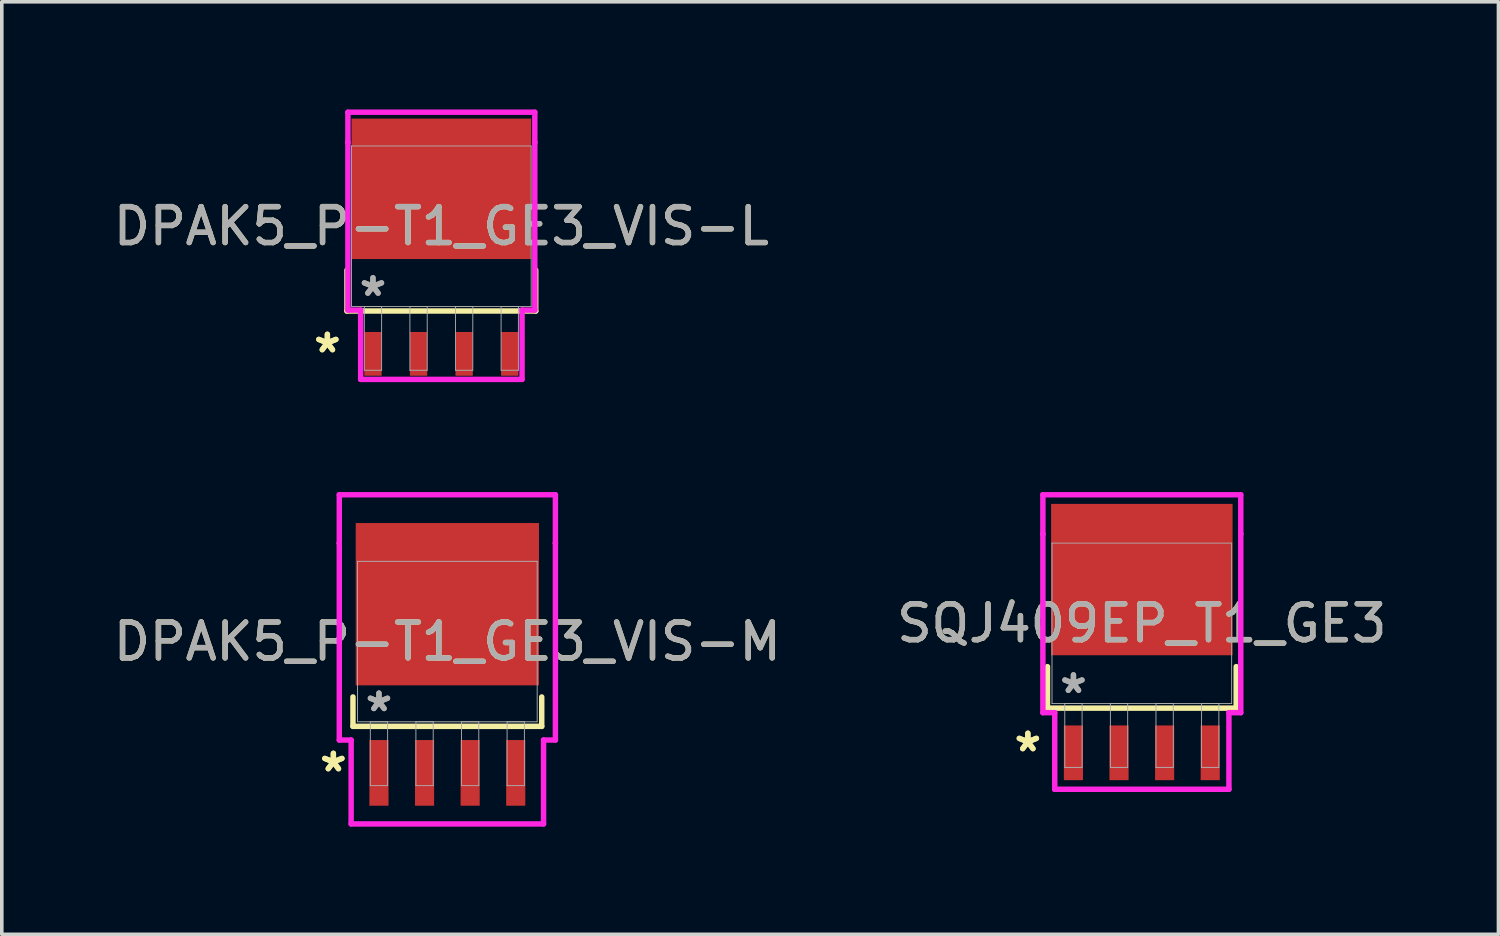
<source format=kicad_pcb>
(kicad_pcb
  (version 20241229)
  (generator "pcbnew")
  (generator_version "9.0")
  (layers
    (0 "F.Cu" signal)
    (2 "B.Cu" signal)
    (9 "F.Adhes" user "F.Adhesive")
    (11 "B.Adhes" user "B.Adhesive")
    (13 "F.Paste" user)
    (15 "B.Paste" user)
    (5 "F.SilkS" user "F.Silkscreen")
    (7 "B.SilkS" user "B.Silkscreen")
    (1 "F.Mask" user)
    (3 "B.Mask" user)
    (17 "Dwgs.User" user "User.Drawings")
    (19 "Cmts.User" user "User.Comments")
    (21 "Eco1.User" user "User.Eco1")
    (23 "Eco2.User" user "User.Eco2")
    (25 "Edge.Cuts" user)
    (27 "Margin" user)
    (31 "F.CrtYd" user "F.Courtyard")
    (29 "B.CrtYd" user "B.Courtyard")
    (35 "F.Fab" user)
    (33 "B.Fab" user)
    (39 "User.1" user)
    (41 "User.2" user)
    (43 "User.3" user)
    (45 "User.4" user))
  (footprint "DPAK5_P-T1_GE3_VIS-L"
    (layer "F.Cu")
    (at 9.244 3.251)
    (property "Reference" "DPAK5_P-T1_GE3_VIS-L" (at 0 0 0) (unlocked yes) (layer "F.SilkS") (effects (font (size 1 1) (thickness 0.15))))
    (attr smd)
    (fp_line (start -2.629 1.222) (end -2.629 2.362) (stroke (width 0.152) (type solid)) (layer "F.SilkS"))
    (fp_line (start -2.629 2.362) (end 2.629 2.362) (stroke (width 0.152) (type solid)) (layer "F.SilkS"))
    (fp_line (start 2.629 2.362) (end 2.629 1.222) (stroke (width 0.152) (type solid)) (layer "F.SilkS"))
    (fp_line (start -2.603 -3.175) (end 2.603 -3.175) (stroke (width 0.152) (type solid)) (layer "F.CrtYd"))
    (fp_line (start -2.603 -2.337) (end -2.603 -3.175) (stroke (width 0.152) (type solid)) (layer "F.CrtYd"))
    (fp_line (start -2.603 -2.337) (end -2.603 -2.337) (stroke (width 0.152) (type solid)) (layer "F.CrtYd"))
    (fp_line (start -2.603 2.337) (end -2.603 -2.337) (stroke (width 0.152) (type solid)) (layer "F.CrtYd"))
    (fp_line (start -2.248 2.337) (end -2.603 2.337) (stroke (width 0.152) (type solid)) (layer "F.CrtYd"))
    (fp_line (start -2.248 4.267) (end -2.248 2.337) (stroke (width 0.152) (type solid)) (layer "F.CrtYd"))
    (fp_line (start 2.248 2.337) (end 2.248 4.267) (stroke (width 0.152) (type solid)) (layer "F.CrtYd"))
    (fp_line (start 2.248 4.267) (end -2.248 4.267) (stroke (width 0.152) (type solid)) (layer "F.CrtYd"))
    (fp_line (start 2.603 -3.175) (end 2.603 -2.337) (stroke (width 0.152) (type solid)) (layer "F.CrtYd"))
    (fp_line (start 2.603 -2.337) (end 2.603 -2.337) (stroke (width 0.152) (type solid)) (layer "F.CrtYd"))
    (fp_line (start 2.603 -2.337) (end 2.603 2.337) (stroke (width 0.152) (type solid)) (layer "F.CrtYd"))
    (fp_line (start 2.603 2.337) (end 2.248 2.337) (stroke (width 0.152) (type solid)) (layer "F.CrtYd"))
    (fp_line (start -2.502 -2.235) (end -2.502 2.235) (stroke (width 0.025) (type solid)) (layer "F.Fab"))
    (fp_line (start -2.502 2.235) (end 2.502 2.235) (stroke (width 0.025) (type solid)) (layer "F.Fab"))
    (fp_line (start -2.146 2.235) (end -2.146 4.013) (stroke (width 0.025) (type solid)) (layer "F.Fab"))
    (fp_line (start -2.146 4.013) (end -1.664 4.013) (stroke (width 0.025) (type solid)) (layer "F.Fab"))
    (fp_line (start -1.664 2.235) (end -2.146 2.235) (stroke (width 0.025) (type solid)) (layer "F.Fab"))
    (fp_line (start -1.664 4.013) (end -1.664 2.235) (stroke (width 0.025) (type solid)) (layer "F.Fab"))
    (fp_line (start -0.876 2.235) (end -0.876 4.013) (stroke (width 0.025) (type solid)) (layer "F.Fab"))
    (fp_line (start -0.876 4.013) (end -0.394 4.013) (stroke (width 0.025) (type solid)) (layer "F.Fab"))
    (fp_line (start -0.394 2.235) (end -0.876 2.235) (stroke (width 0.025) (type solid)) (layer "F.Fab"))
    (fp_line (start -0.394 4.013) (end -0.394 2.235) (stroke (width 0.025) (type solid)) (layer "F.Fab"))
    (fp_line (start 0.394 2.235) (end 0.394 4.013) (stroke (width 0.025) (type solid)) (layer "F.Fab"))
    (fp_line (start 0.394 4.013) (end 0.876 4.013) (stroke (width 0.025) (type solid)) (layer "F.Fab"))
    (fp_line (start 0.876 2.235) (end 0.394 2.235) (stroke (width 0.025) (type solid)) (layer "F.Fab"))
    (fp_line (start 0.876 4.013) (end 0.876 2.235) (stroke (width 0.025) (type solid)) (layer "F.Fab"))
    (fp_line (start 1.664 2.235) (end 1.664 4.013) (stroke (width 0.025) (type solid)) (layer "F.Fab"))
    (fp_line (start 1.664 4.013) (end 2.146 4.013) (stroke (width 0.025) (type solid)) (layer "F.Fab"))
    (fp_line (start 2.146 2.235) (end 1.664 2.235) (stroke (width 0.025) (type solid)) (layer "F.Fab"))
    (fp_line (start 2.146 4.013) (end 2.146 2.235) (stroke (width 0.025) (type solid)) (layer "F.Fab"))
    (fp_line (start 2.502 -2.235) (end -2.502 -2.235) (stroke (width 0.025) (type solid)) (layer "F.Fab"))
    (fp_line (start 2.502 2.235) (end 2.502 -2.235) (stroke (width 0.025) (type solid)) (layer "F.Fab"))
    (fp_text user "*" (at -3.175 3.556 0) (layer "F.SilkS") (effects (font (size 1 1) (thickness 0.15))))
    (fp_text user "*" (at -3.175 3.556 0) (unlocked yes) (layer "F.SilkS") (effects (font (size 1 1) (thickness 0.15))))
    (fp_text user "*" (at -1.905 1.981 0) (unlocked yes) (layer "F.Fab") (effects (font (size 1 1) (thickness 0.15))))
    (fp_text user "${REFERENCE}" (at 0 0 0) (unlocked yes) (layer "F.Fab") (effects (font (size 1 1) (thickness 0.15))))
    (fp_text user "*" (at -1.905 1.981 0) (layer "F.Fab") (effects (font (size 1 1) (thickness 0.15))))
    (pad "1" smd rect (at -1.905 3.556) (size 0.483 1.219) (layers "F.Cu" "F.Mask" "F.Paste"))
    (pad "2" smd rect (at -0.635 3.556) (size 0.483 1.219) (layers "F.Cu" "F.Mask" "F.Paste"))
    (pad "3" smd rect (at 0.635 3.556) (size 0.483 1.219) (layers "F.Cu" "F.Mask" "F.Paste"))
    (pad "4" smd rect (at 1.905 3.556) (size 0.483 1.219) (layers "F.Cu" "F.Mask" "F.Paste"))
    (pad "5" smd rect (at 0 -1.041) (size 5.004 3.912) (layers "F.Cu" "F.Mask" "F.Paste")))
  (footprint "DPAK5_P-T1_GE3_VIS-M"
    (layer "F.Cu")
    (at 9.411 14.821)
    (property "Reference" "DPAK5_P-T1_GE3_VIS-M" (at 0 0 0) (unlocked yes) (layer "F.SilkS") (effects (font (size 1 1) (thickness 0.15))))
    (attr smd)
    (fp_line (start -2.629 1.543) (end -2.629 2.362) (stroke (width 0.152) (type solid)) (layer "F.SilkS"))
    (fp_line (start -2.629 2.362) (end 2.629 2.362) (stroke (width 0.152) (type solid)) (layer "F.SilkS"))
    (fp_line (start 2.629 2.362) (end 2.629 1.543) (stroke (width 0.152) (type solid)) (layer "F.SilkS"))
    (fp_line (start -3.01 -4.089) (end 3.01 -4.089) (stroke (width 0.152) (type solid)) (layer "F.CrtYd"))
    (fp_line (start -3.01 -2.743) (end -3.01 -4.089) (stroke (width 0.152) (type solid)) (layer "F.CrtYd"))
    (fp_line (start -3.01 -2.743) (end -3.01 -2.743) (stroke (width 0.152) (type solid)) (layer "F.CrtYd"))
    (fp_line (start -3.01 2.743) (end -3.01 -2.743) (stroke (width 0.152) (type solid)) (layer "F.CrtYd"))
    (fp_line (start -2.68 2.743) (end -3.01 2.743) (stroke (width 0.152) (type solid)) (layer "F.CrtYd"))
    (fp_line (start -2.68 5.08) (end -2.68 2.743) (stroke (width 0.152) (type solid)) (layer "F.CrtYd"))
    (fp_line (start 2.68 2.743) (end 2.68 5.08) (stroke (width 0.152) (type solid)) (layer "F.CrtYd"))
    (fp_line (start 2.68 5.08) (end -2.68 5.08) (stroke (width 0.152) (type solid)) (layer "F.CrtYd"))
    (fp_line (start 3.01 -4.089) (end 3.01 -2.743) (stroke (width 0.152) (type solid)) (layer "F.CrtYd"))
    (fp_line (start 3.01 -2.743) (end 3.01 -2.743) (stroke (width 0.152) (type solid)) (layer "F.CrtYd"))
    (fp_line (start 3.01 -2.743) (end 3.01 2.743) (stroke (width 0.152) (type solid)) (layer "F.CrtYd"))
    (fp_line (start 3.01 2.743) (end 2.68 2.743) (stroke (width 0.152) (type solid)) (layer "F.CrtYd"))
    (fp_line (start -2.502 -2.235) (end -2.502 2.235) (stroke (width 0.025) (type solid)) (layer "F.Fab"))
    (fp_line (start -2.502 2.235) (end 2.502 2.235) (stroke (width 0.025) (type solid)) (layer "F.Fab"))
    (fp_line (start -2.146 2.235) (end -2.146 4.013) (stroke (width 0.025) (type solid)) (layer "F.Fab"))
    (fp_line (start -2.146 4.013) (end -1.664 4.013) (stroke (width 0.025) (type solid)) (layer "F.Fab"))
    (fp_line (start -1.664 2.235) (end -2.146 2.235) (stroke (width 0.025) (type solid)) (layer "F.Fab"))
    (fp_line (start -1.664 4.013) (end -1.664 2.235) (stroke (width 0.025) (type solid)) (layer "F.Fab"))
    (fp_line (start -0.876 2.235) (end -0.876 4.013) (stroke (width 0.025) (type solid)) (layer "F.Fab"))
    (fp_line (start -0.876 4.013) (end -0.394 4.013) (stroke (width 0.025) (type solid)) (layer "F.Fab"))
    (fp_line (start -0.394 2.235) (end -0.876 2.235) (stroke (width 0.025) (type solid)) (layer "F.Fab"))
    (fp_line (start -0.394 4.013) (end -0.394 2.235) (stroke (width 0.025) (type solid)) (layer "F.Fab"))
    (fp_line (start 0.394 2.235) (end 0.394 4.013) (stroke (width 0.025) (type solid)) (layer "F.Fab"))
    (fp_line (start 0.394 4.013) (end 0.876 4.013) (stroke (width 0.025) (type solid)) (layer "F.Fab"))
    (fp_line (start 0.876 2.235) (end 0.394 2.235) (stroke (width 0.025) (type solid)) (layer "F.Fab"))
    (fp_line (start 0.876 4.013) (end 0.876 2.235) (stroke (width 0.025) (type solid)) (layer "F.Fab"))
    (fp_line (start 1.664 2.235) (end 1.664 4.013) (stroke (width 0.025) (type solid)) (layer "F.Fab"))
    (fp_line (start 1.664 4.013) (end 2.146 4.013) (stroke (width 0.025) (type solid)) (layer "F.Fab"))
    (fp_line (start 2.146 2.235) (end 1.664 2.235) (stroke (width 0.025) (type solid)) (layer "F.Fab"))
    (fp_line (start 2.146 4.013) (end 2.146 2.235) (stroke (width 0.025) (type solid)) (layer "F.Fab"))
    (fp_line (start 2.502 -2.235) (end -2.502 -2.235) (stroke (width 0.025) (type solid)) (layer "F.Fab"))
    (fp_line (start 2.502 2.235) (end 2.502 -2.235) (stroke (width 0.025) (type solid)) (layer "F.Fab"))
    (fp_text user "*" (at -3.175 3.658 0) (layer "F.SilkS") (effects (font (size 1 1) (thickness 0.15))))
    (fp_text user "*" (at -3.175 3.658 0) (unlocked yes) (layer "F.SilkS") (effects (font (size 1 1) (thickness 0.15))))
    (fp_text user "${REFERENCE}" (at 0 0 0) (unlocked yes) (layer "F.Fab") (effects (font (size 1 1) (thickness 0.15))))
    (fp_text user "*" (at -1.905 1.981 0) (layer "F.Fab") (effects (font (size 1 1) (thickness 0.15))))
    (fp_text user "*" (at -1.905 1.981 0) (unlocked yes) (layer "F.Fab") (effects (font (size 1 1) (thickness 0.15))))
    (pad "1" smd rect (at -1.905 3.658) (size 0.533 1.829) (layers "F.Cu" "F.Mask" "F.Paste"))
    (pad "2" smd rect (at -0.635 3.658) (size 0.533 1.829) (layers "F.Cu" "F.Mask" "F.Paste"))
    (pad "3" smd rect (at 0.635 3.658) (size 0.533 1.829) (layers "F.Cu" "F.Mask" "F.Paste"))
    (pad "4" smd rect (at 1.905 3.658) (size 0.533 1.829) (layers "F.Cu" "F.Mask" "F.Paste"))
    (pad "5" smd rect (at 0 -1.041) (size 5.105 4.521) (layers "F.Cu" "F.Mask" "F.Paste")))
  (footprint "SQJ409EP_T1_GE3"
    (layer "F.Cu")
    (at 28.756 14.313)
    (property "Reference" "SQJ409EP_T1_GE3" (at 0 0 0) (unlocked yes) (layer "F.SilkS") (effects (font (size 1 1) (thickness 0.15))))
    (attr smd)
    (fp_line (start -2.629 1.206) (end -2.629 2.362) (stroke (width 0.152) (type solid)) (layer "F.SilkS"))
    (fp_line (start -2.629 2.362) (end 2.629 2.362) (stroke (width 0.152) (type solid)) (layer "F.SilkS"))
    (fp_line (start 2.629 2.362) (end 2.629 1.206) (stroke (width 0.152) (type solid)) (layer "F.SilkS"))
    (fp_line (start -2.756 -3.581) (end 2.756 -3.581) (stroke (width 0.152) (type solid)) (layer "F.CrtYd"))
    (fp_line (start -2.756 -2.489) (end -2.756 -3.581) (stroke (width 0.152) (type solid)) (layer "F.CrtYd"))
    (fp_line (start -2.756 -2.489) (end -2.756 -2.489) (stroke (width 0.152) (type solid)) (layer "F.CrtYd"))
    (fp_line (start -2.756 2.489) (end -2.756 -2.489) (stroke (width 0.152) (type solid)) (layer "F.CrtYd"))
    (fp_line (start -2.426 2.489) (end -2.756 2.489) (stroke (width 0.152) (type solid)) (layer "F.CrtYd"))
    (fp_line (start -2.426 4.623) (end -2.426 2.489) (stroke (width 0.152) (type solid)) (layer "F.CrtYd"))
    (fp_line (start 2.426 2.489) (end 2.426 4.623) (stroke (width 0.152) (type solid)) (layer "F.CrtYd"))
    (fp_line (start 2.426 4.623) (end -2.426 4.623) (stroke (width 0.152) (type solid)) (layer "F.CrtYd"))
    (fp_line (start 2.756 -3.581) (end 2.756 -2.489) (stroke (width 0.152) (type solid)) (layer "F.CrtYd"))
    (fp_line (start 2.756 -2.489) (end 2.756 -2.489) (stroke (width 0.152) (type solid)) (layer "F.CrtYd"))
    (fp_line (start 2.756 -2.489) (end 2.756 2.489) (stroke (width 0.152) (type solid)) (layer "F.CrtYd"))
    (fp_line (start 2.756 2.489) (end 2.426 2.489) (stroke (width 0.152) (type solid)) (layer "F.CrtYd"))
    (fp_line (start -2.502 -2.235) (end -2.502 2.235) (stroke (width 0.025) (type solid)) (layer "F.Fab"))
    (fp_line (start -2.502 2.235) (end 2.502 2.235) (stroke (width 0.025) (type solid)) (layer "F.Fab"))
    (fp_line (start -2.146 2.235) (end -2.146 4.013) (stroke (width 0.025) (type solid)) (layer "F.Fab"))
    (fp_line (start -2.146 4.013) (end -1.664 4.013) (stroke (width 0.025) (type solid)) (layer "F.Fab"))
    (fp_line (start -1.664 2.235) (end -2.146 2.235) (stroke (width 0.025) (type solid)) (layer "F.Fab"))
    (fp_line (start -1.664 4.013) (end -1.664 2.235) (stroke (width 0.025) (type solid)) (layer "F.Fab"))
    (fp_line (start -0.876 2.235) (end -0.876 4.013) (stroke (width 0.025) (type solid)) (layer "F.Fab"))
    (fp_line (start -0.876 4.013) (end -0.394 4.013) (stroke (width 0.025) (type solid)) (layer "F.Fab"))
    (fp_line (start -0.394 2.235) (end -0.876 2.235) (stroke (width 0.025) (type solid)) (layer "F.Fab"))
    (fp_line (start -0.394 4.013) (end -0.394 2.235) (stroke (width 0.025) (type solid)) (layer "F.Fab"))
    (fp_line (start 0.394 2.235) (end 0.394 4.013) (stroke (width 0.025) (type solid)) (layer "F.Fab"))
    (fp_line (start 0.394 4.013) (end 0.876 4.013) (stroke (width 0.025) (type solid)) (layer "F.Fab"))
    (fp_line (start 0.876 2.235) (end 0.394 2.235) (stroke (width 0.025) (type solid)) (layer "F.Fab"))
    (fp_line (start 0.876 4.013) (end 0.876 2.235) (stroke (width 0.025) (type solid)) (layer "F.Fab"))
    (fp_line (start 1.664 2.235) (end 1.664 4.013) (stroke (width 0.025) (type solid)) (layer "F.Fab"))
    (fp_line (start 1.664 4.013) (end 2.146 4.013) (stroke (width 0.025) (type solid)) (layer "F.Fab"))
    (fp_line (start 2.146 2.235) (end 1.664 2.235) (stroke (width 0.025) (type solid)) (layer "F.Fab"))
    (fp_line (start 2.146 4.013) (end 2.146 2.235) (stroke (width 0.025) (type solid)) (layer "F.Fab"))
    (fp_line (start 2.502 -2.235) (end -2.502 -2.235) (stroke (width 0.025) (type solid)) (layer "F.Fab"))
    (fp_line (start 2.502 2.235) (end 2.502 -2.235) (stroke (width 0.025) (type solid)) (layer "F.Fab"))
    (fp_text user "*" (at -3.175 3.607 0) (layer "F.SilkS") (effects (font (size 1 1) (thickness 0.15))))
    (fp_text user "*" (at -3.175 3.607 0) (unlocked yes) (layer "F.SilkS") (effects (font (size 1 1) (thickness 0.15))))
    (fp_text user "*" (at -1.905 1.981 0) (unlocked yes) (layer "F.Fab") (effects (font (size 1 1) (thickness 0.15))))
    (fp_text user "${REFERENCE}" (at 0 0 0) (unlocked yes) (layer "F.Fab") (effects (font (size 1 1) (thickness 0.15))))
    (fp_text user "*" (at -1.905 1.981 0) (layer "F.Fab") (effects (font (size 1 1) (thickness 0.15))))
    (pad "1" smd rect (at -1.905 3.607) (size 0.533 1.524) (layers "F.Cu" "F.Mask" "F.Paste"))
    (pad "2" smd rect (at -0.635 3.607) (size 0.533 1.524) (layers "F.Cu" "F.Mask" "F.Paste"))
    (pad "3" smd rect (at 0.635 3.607) (size 0.533 1.524) (layers "F.Cu" "F.Mask" "F.Paste"))
    (pad "4" smd rect (at 1.905 3.607) (size 0.533 1.524) (layers "F.Cu" "F.Mask" "F.Paste"))
    (pad "5" smd rect (at 0 -1.219) (size 5.055 4.216) (layers "F.Cu" "F.Mask" "F.Paste")))
  (gr_rect
    (start -3 -3)
    (end 38.69 22.977)
    (stroke (width 0.1) (type default))
    (fill no)
    (layer "Edge.Cuts")))
</source>
